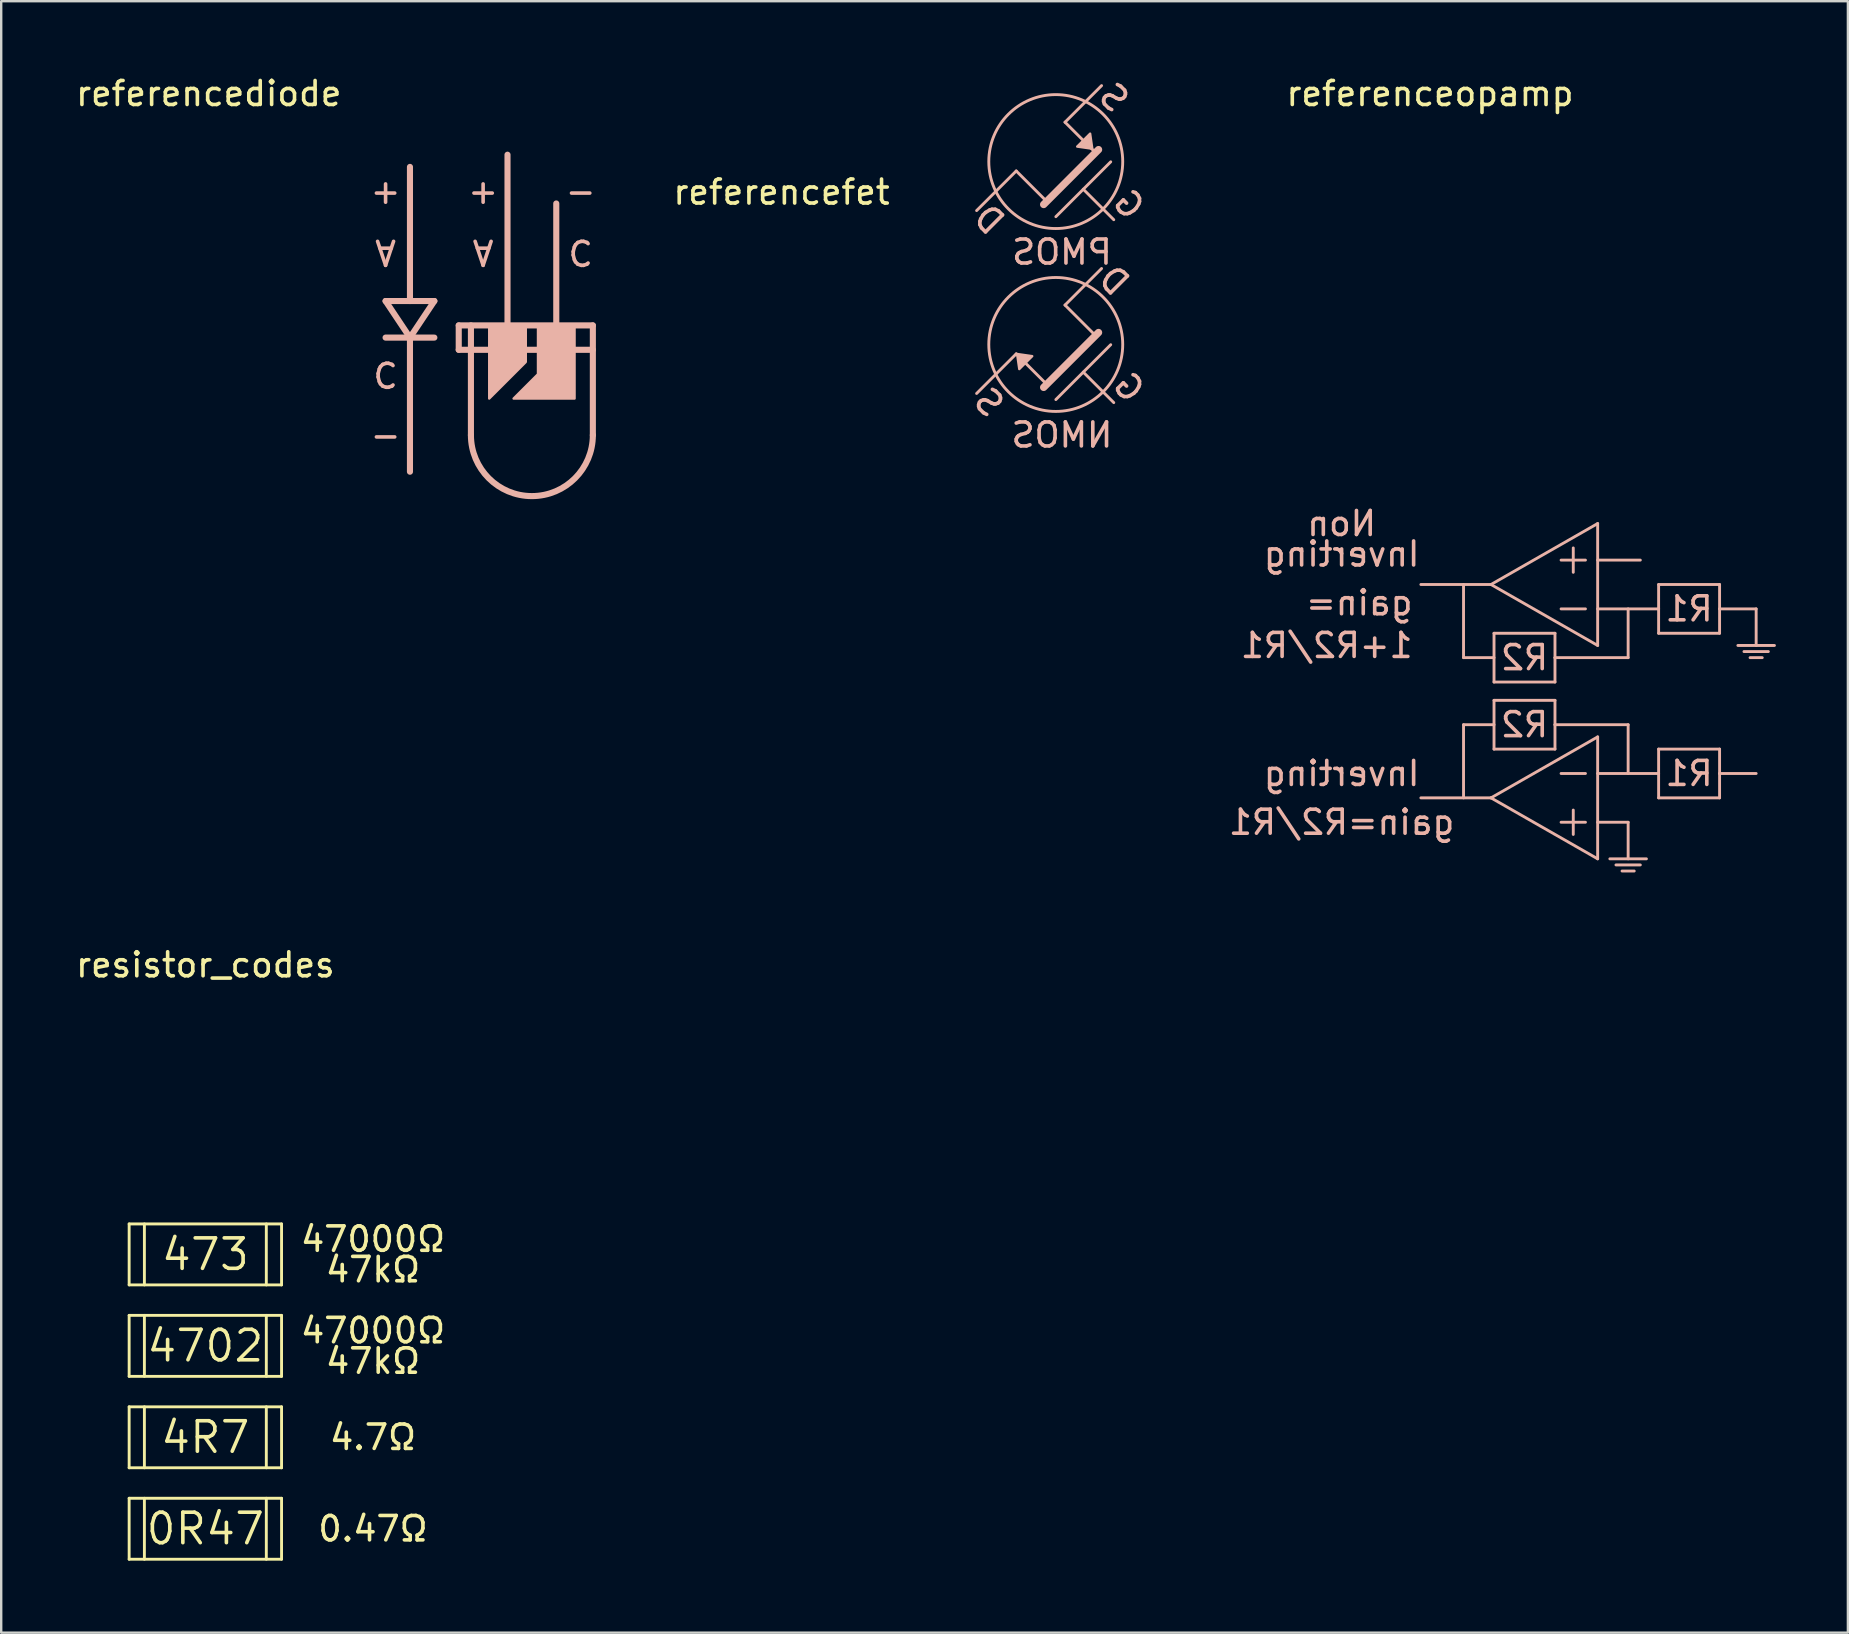
<source format=kicad_pcb>
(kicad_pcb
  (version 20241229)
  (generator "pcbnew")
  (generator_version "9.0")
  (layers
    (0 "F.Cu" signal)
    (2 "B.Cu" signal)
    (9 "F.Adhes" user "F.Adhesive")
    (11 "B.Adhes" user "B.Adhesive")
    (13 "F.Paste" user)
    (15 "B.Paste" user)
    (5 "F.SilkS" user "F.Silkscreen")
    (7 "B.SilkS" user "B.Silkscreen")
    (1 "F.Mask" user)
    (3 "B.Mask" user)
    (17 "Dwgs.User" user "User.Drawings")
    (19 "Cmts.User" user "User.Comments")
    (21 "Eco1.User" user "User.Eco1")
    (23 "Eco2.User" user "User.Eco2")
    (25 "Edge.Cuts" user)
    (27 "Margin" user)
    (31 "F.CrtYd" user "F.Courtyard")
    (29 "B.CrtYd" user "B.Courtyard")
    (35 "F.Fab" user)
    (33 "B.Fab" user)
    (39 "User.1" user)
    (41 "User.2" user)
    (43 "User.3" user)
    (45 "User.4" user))
  (footprint "referenceopamp"
    (layer "F.Cu")
    (at 56.531 25.748)
    (property "Reference" "referenceopamp" (at 0 -24.9 0) (layer "F.SilkS") (effects (font (size 1 1) (thickness 0.15))))
    (attr through_hole)
    (fp_line (start 1.397 -4.445) (end 1.397 -1.397) (stroke (width 0.12) (type solid)) (layer "B.SilkS"))
    (fp_line (start 1.397 1.397) (end 1.397 4.445) (stroke (width 0.12) (type solid)) (layer "B.SilkS"))
    (fp_line (start 2.54 -4.445) (end -0.381 -4.445) (stroke (width 0.12) (type solid)) (layer "B.SilkS"))
    (fp_line (start 2.54 -4.445) (end 6.985 -6.985) (stroke (width 0.12) (type solid)) (layer "B.SilkS"))
    (fp_line (start 2.54 4.445) (end -0.381 4.445) (stroke (width 0.12) (type solid)) (layer "B.SilkS"))
    (fp_line (start 2.54 4.445) (end 6.985 1.905) (stroke (width 0.12) (type solid)) (layer "B.SilkS"))
    (fp_line (start 2.667 -2.413) (end 2.667 -0.381) (stroke (width 0.12) (type solid)) (layer "B.SilkS"))
    (fp_line (start 2.667 -1.397) (end 1.397 -1.397) (stroke (width 0.12) (type solid)) (layer "B.SilkS"))
    (fp_line (start 2.667 -0.381) (end 5.207 -0.381) (stroke (width 0.12) (type solid)) (layer "B.SilkS"))
    (fp_line (start 2.667 0.381) (end 2.667 2.413) (stroke (width 0.12) (type solid)) (layer "B.SilkS"))
    (fp_line (start 2.667 1.397) (end 1.397 1.397) (stroke (width 0.12) (type solid)) (layer "B.SilkS"))
    (fp_line (start 2.667 2.413) (end 5.207 2.413) (stroke (width 0.12) (type solid)) (layer "B.SilkS"))
    (fp_line (start 5.207 -2.413) (end 2.667 -2.413) (stroke (width 0.12) (type solid)) (layer "B.SilkS"))
    (fp_line (start 5.207 -1.397) (end 5.207 -2.413) (stroke (width 0.12) (type solid)) (layer "B.SilkS"))
    (fp_line (start 5.207 -0.381) (end 5.207 -1.397) (stroke (width 0.12) (type solid)) (layer "B.SilkS"))
    (fp_line (start 5.207 0.381) (end 2.667 0.381) (stroke (width 0.12) (type solid)) (layer "B.SilkS"))
    (fp_line (start 5.207 1.397) (end 5.207 0.381) (stroke (width 0.12) (type solid)) (layer "B.SilkS"))
    (fp_line (start 5.207 2.413) (end 5.207 1.397) (stroke (width 0.12) (type solid)) (layer "B.SilkS"))
    (fp_line (start 5.969 -5.969) (end 5.969 -4.953) (stroke (width 0.12) (type solid)) (layer "B.SilkS"))
    (fp_line (start 5.969 4.953) (end 5.969 5.969) (stroke (width 0.12) (type solid)) (layer "B.SilkS"))
    (fp_line (start 6.477 -5.461) (end 5.461 -5.461) (stroke (width 0.12) (type solid)) (layer "B.SilkS"))
    (fp_line (start 6.477 -3.429) (end 5.461 -3.429) (stroke (width 0.12) (type solid)) (layer "B.SilkS"))
    (fp_line (start 6.477 3.429) (end 5.461 3.429) (stroke (width 0.12) (type solid)) (layer "B.SilkS"))
    (fp_line (start 6.477 5.461) (end 5.461 5.461) (stroke (width 0.12) (type solid)) (layer "B.SilkS"))
    (fp_line (start 6.985 -6.985) (end 6.985 -1.905) (stroke (width 0.12) (type solid)) (layer "B.SilkS"))
    (fp_line (start 6.985 -5.461) (end 8.763 -5.461) (stroke (width 0.12) (type solid)) (layer "B.SilkS"))
    (fp_line (start 6.985 -3.429) (end 9.525 -3.429) (stroke (width 0.12) (type solid)) (layer "B.SilkS"))
    (fp_line (start 6.985 -1.905) (end 2.54 -4.445) (stroke (width 0.12) (type solid)) (layer "B.SilkS"))
    (fp_line (start 6.985 1.905) (end 6.985 6.985) (stroke (width 0.12) (type solid)) (layer "B.SilkS"))
    (fp_line (start 6.985 3.429) (end 9.525 3.429) (stroke (width 0.12) (type solid)) (layer "B.SilkS"))
    (fp_line (start 6.985 5.461) (end 8.255 5.461) (stroke (width 0.12) (type solid)) (layer "B.SilkS"))
    (fp_line (start 6.985 6.985) (end 2.54 4.445) (stroke (width 0.12) (type solid)) (layer "B.SilkS"))
    (fp_line (start 8.255 -1.397) (end 5.207 -1.397) (stroke (width 0.12) (type solid)) (layer "B.SilkS"))
    (fp_line (start 8.255 -1.397) (end 8.255 -3.429) (stroke (width 0.12) (type solid)) (layer "B.SilkS"))
    (fp_line (start 8.255 1.397) (end 5.207 1.397) (stroke (width 0.12) (type solid)) (layer "B.SilkS"))
    (fp_line (start 8.255 3.429) (end 8.255 1.397) (stroke (width 0.12) (type solid)) (layer "B.SilkS"))
    (fp_line (start 8.255 5.461) (end 8.255 6.985) (stroke (width 0.12) (type solid)) (layer "B.SilkS"))
    (fp_line (start 8.509 7.493) (end 8.001 7.493) (stroke (width 0.12) (type solid)) (layer "B.SilkS"))
    (fp_line (start 8.763 7.239) (end 7.747 7.239) (stroke (width 0.12) (type solid)) (layer "B.SilkS"))
    (fp_line (start 9.017 6.985) (end 7.493 6.985) (stroke (width 0.12) (type solid)) (layer "B.SilkS"))
    (fp_line (start 9.525 -4.445) (end 9.525 -3.429) (stroke (width 0.12) (type solid)) (layer "B.SilkS"))
    (fp_line (start 9.525 -3.429) (end 9.525 -2.413) (stroke (width 0.12) (type solid)) (layer "B.SilkS"))
    (fp_line (start 9.525 -2.413) (end 12.065 -2.413) (stroke (width 0.12) (type solid)) (layer "B.SilkS"))
    (fp_line (start 9.525 2.413) (end 9.525 3.429) (stroke (width 0.12) (type solid)) (layer "B.SilkS"))
    (fp_line (start 9.525 3.429) (end 9.525 4.445) (stroke (width 0.12) (type solid)) (layer "B.SilkS"))
    (fp_line (start 9.525 4.445) (end 12.065 4.445) (stroke (width 0.12) (type solid)) (layer "B.SilkS"))
    (fp_line (start 12.065 -4.445) (end 9.525 -4.445) (stroke (width 0.12) (type solid)) (layer "B.SilkS"))
    (fp_line (start 12.065 -3.429) (end 12.065 -4.445) (stroke (width 0.12) (type solid)) (layer "B.SilkS"))
    (fp_line (start 12.065 -3.429) (end 13.589 -3.429) (stroke (width 0.12) (type solid)) (layer "B.SilkS"))
    (fp_line (start 12.065 -2.413) (end 12.065 -3.429) (stroke (width 0.12) (type solid)) (layer "B.SilkS"))
    (fp_line (start 12.065 2.413) (end 9.525 2.413) (stroke (width 0.12) (type solid)) (layer "B.SilkS"))
    (fp_line (start 12.065 3.429) (end 12.065 2.413) (stroke (width 0.12) (type solid)) (layer "B.SilkS"))
    (fp_line (start 12.065 3.429) (end 13.589 3.429) (stroke (width 0.12) (type solid)) (layer "B.SilkS"))
    (fp_line (start 12.065 4.445) (end 12.065 3.429) (stroke (width 0.12) (type solid)) (layer "B.SilkS"))
    (fp_line (start 13.589 -3.429) (end 13.589 -1.905) (stroke (width 0.12) (type solid)) (layer "B.SilkS"))
    (fp_line (start 13.843 -1.397) (end 13.335 -1.397) (stroke (width 0.12) (type solid)) (layer "B.SilkS"))
    (fp_line (start 14.097 -1.651) (end 13.081 -1.651) (stroke (width 0.12) (type solid)) (layer "B.SilkS"))
    (fp_line (start 14.351 -1.905) (end 12.827 -1.905) (stroke (width 0.12) (type solid)) (layer "B.SilkS"))
    (fp_text user "gain=R2/R1" (at -3.683 5.461 0) (unlocked yes) (layer "B.SilkS") (effects (font (size 1 1) (thickness 0.15)) (justify mirror)))
    (fp_text user "R1" (at 10.795 -3.429 0) (unlocked yes) (layer "B.SilkS") (effects (font (size 1 1) (thickness 0.15)) (justify mirror)))
    (fp_text user "R2" (at 3.937 1.397 0) (unlocked yes) (layer "B.SilkS") (effects (font (size 1 1) (thickness 0.15)) (justify mirror)))
    (fp_text user "R2" (at 3.937 -1.397 0) (unlocked yes) (layer "B.SilkS") (effects (font (size 1 1) (thickness 0.15)) (justify mirror)))
    (fp_text user "1+R2/R1" (at -0.635 -1.905 0) (unlocked yes) (layer "B.SilkS") (effects (font (size 1 1) (thickness 0.15)) (justify left mirror)))
    (fp_text user "gain=" (at -0.635 -3.683 0) (unlocked yes) (layer "B.SilkS") (effects (font (size 1 1) (thickness 0.15)) (justify left mirror)))
    (fp_text user "Non" (at -3.683 -6.985 0) (unlocked yes) (layer "B.SilkS") (effects (font (size 1 1) (thickness 0.15)) (justify mirror)))
    (fp_text user "R1" (at 10.795 3.429 0) (unlocked yes) (layer "B.SilkS") (effects (font (size 1 1) (thickness 0.15)) (justify mirror)))
    (fp_text user "Inverting" (at -3.683 -5.715 0) (unlocked yes) (layer "B.SilkS") (effects (font (size 1 1) (thickness 0.15)) (justify mirror)))
    (fp_text user "Inverting" (at -3.683 3.429 0) (unlocked yes) (layer "B.SilkS") (effects (font (size 1 1) (thickness 0.15)) (justify mirror))))
  (footprint "referencediode"
    (layer "F.Cu")
    (at 17.079 11.016)
    (property "Reference" "referencediode" (at -11.43 -10.168 0) (layer "F.SilkS") (effects (font (size 1 1) (thickness 0.15))))
    (attr through_hole)
    (fp_line (start -3.048 -7.112) (end -3.048 -1.524) (stroke (width 0.254) (type solid)) (layer "B.SilkS"))
    (fp_line (start -3.048 0) (end -4.064 -1.524) (stroke (width 0.254) (type solid)) (layer "B.SilkS"))
    (fp_line (start -3.048 0) (end -3.048 5.588) (stroke (width 0.254) (type solid)) (layer "B.SilkS"))
    (fp_line (start -3.048 0) (end -2.032 -1.524) (stroke (width 0.254) (type solid)) (layer "B.SilkS"))
    (fp_line (start -2.032 -1.524) (end -4.064 -1.524) (stroke (width 0.254) (type solid)) (layer "B.SilkS"))
    (fp_line (start -2.032 0) (end -4.064 0) (stroke (width 0.254) (type solid)) (layer "B.SilkS"))
    (fp_line (start -1.016 -0.508) (end -1.016 0.508) (stroke (width 0.254) (type solid)) (layer "B.SilkS"))
    (fp_line (start -1.016 0.508) (end 4.572 0.508) (stroke (width 0.254) (type solid)) (layer "B.SilkS"))
    (fp_line (start -0.508 -0.508) (end -0.508 0.508) (stroke (width 0.254) (type solid)) (layer "B.SilkS"))
    (fp_line (start -0.508 0.508) (end -0.508 4.064) (stroke (width 0.254) (type solid)) (layer "B.SilkS"))
    (fp_line (start 1.016 -0.508) (end 1.016 -7.62) (stroke (width 0.254) (type solid)) (layer "B.SilkS"))
    (fp_line (start 3.048 -0.508) (end 3.048 -5.588) (stroke (width 0.254) (type solid)) (layer "B.SilkS"))
    (fp_line (start 4.572 -0.508) (end -1.016 -0.508) (stroke (width 0.254) (type solid)) (layer "B.SilkS"))
    (fp_line (start 4.572 4.064) (end 4.572 -0.508) (stroke (width 0.254) (type solid)) (layer "B.SilkS"))
    (fp_arc (start 4.572 4.064) (mid 2.032 6.604) (end -0.508 4.064) (stroke (width 0.254) (type solid)) (layer "B.SilkS"))
    (fp_poly (pts (xy 1.778 1.016) (xy 1.778 -0.508) (xy 0.254 -0.508) (xy 0.254 2.54)) (stroke (width 0.1) (type solid)) (fill yes) (layer "B.SilkS"))
    (fp_poly (pts (xy 3.81 -0.508) (xy 2.286 -0.508) (xy 2.286 1.524) (xy 1.27 2.54) (xy 3.81 2.54)) (stroke (width 0.1) (type solid)) (fill yes) (layer "B.SilkS"))
    (fp_text user "-" (at -4.064 4.064 0) (unlocked yes) (layer "B.SilkS") (effects (font (size 1 1) (thickness 0.15)) (justify mirror)))
    (fp_text user "-" (at 4.064 -6.096 0) (unlocked yes) (layer "B.SilkS") (effects (font (size 1 1) (thickness 0.15)) (justify mirror)))
    (fp_text user "A" (at 0 -3.556 180) (unlocked yes) (layer "B.SilkS") (effects (font (size 1 1) (thickness 0.15)) (justify mirror)))
    (fp_text user "C" (at -4.064 1.524 180) (unlocked yes) (layer "B.SilkS") (effects (font (size 1 1) (thickness 0.15)) (justify mirror)))
    (fp_text user "C" (at 4.064 -3.556 180) (unlocked yes) (layer "B.SilkS") (effects (font (size 1 1) (thickness 0.15)) (justify mirror)))
    (fp_text user "A" (at -4.064 -3.556 180) (unlocked yes) (layer "B.SilkS") (effects (font (size 1 1) (thickness 0.15)) (justify mirror)))
    (fp_text user "+" (at 0 -6.096 0) (unlocked yes) (layer "B.SilkS") (effects (font (size 1 1) (thickness 0.15)) (justify mirror)))
    (fp_text user "+" (at -4.064 -6.096 0) (unlocked yes) (layer "B.SilkS") (effects (font (size 1 1) (thickness 0.15)) (justify mirror))))
  (footprint "referencefet"
    (layer "F.Cu")
    (at 40.942 15.122)
    (property "Reference" "referencefet" (at -11.43 -10.168 0) (layer "F.SilkS") (effects (font (size 1 1) (thickness 0.15))))
    (attr through_hole)
    (fp_line (start -3.302 -9.398) (end -1.651 -11.049) (stroke (width 0.12) (type solid)) (layer "B.SilkS"))
    (fp_line (start -3.302 -1.778) (end -1.651 -3.429) (stroke (width 0.12) (type solid)) (layer "B.SilkS"))
    (fp_line (start -0.381 -9.779) (end -1.651 -11.049) (stroke (width 0.12) (type solid)) (layer "B.SilkS"))
    (fp_line (start -0.381 -2.159) (end -1.651 -3.429) (stroke (width 0.12) (type solid)) (layer "B.SilkS"))
    (fp_line (start 0.381 -13.081) (end 1.905 -14.605) (stroke (width 0.12) (type solid)) (layer "B.SilkS"))
    (fp_line (start 0.381 -5.461) (end 1.905 -6.985) (stroke (width 0.12) (type solid)) (layer "B.SilkS"))
    (fp_line (start 1.651 -11.811) (end 0.381 -13.081) (stroke (width 0.12) (type solid)) (layer "B.SilkS"))
    (fp_line (start 1.651 -4.191) (end 0.381 -5.461) (stroke (width 0.12) (type solid)) (layer "B.SilkS"))
    (fp_line (start 1.778 -11.938) (end -0.508 -9.652) (stroke (width 0.305) (type solid)) (layer "B.SilkS"))
    (fp_line (start 1.778 -4.318) (end -0.508 -2.032) (stroke (width 0.305) (type solid)) (layer "B.SilkS"))
    (fp_line (start 2.286 -11.43) (end 0 -9.144) (stroke (width 0.12) (type solid)) (layer "B.SilkS"))
    (fp_line (start 2.286 -3.81) (end 0 -1.524) (stroke (width 0.12) (type solid)) (layer "B.SilkS"))
    (fp_line (start 2.413 -9.017) (end 1.143 -10.287) (stroke (width 0.12) (type solid)) (layer "B.SilkS"))
    (fp_line (start 2.413 -1.397) (end 1.143 -2.667) (stroke (width 0.12) (type solid)) (layer "B.SilkS"))
    (fp_circle (center -0.004 -11.44) (end -2.794 -11.43) (stroke (width 0.12) (type solid)) (fill no) (layer "B.SilkS"))
    (fp_circle (center -0.004 -3.82) (end -2.794 -3.81) (stroke (width 0.12) (type solid)) (fill no) (layer "B.SilkS"))
    (fp_poly (pts (xy -0.985 -3.333) (xy -1.614 -3.423) (xy -1.524 -2.794)) (stroke (width 0.1) (type solid)) (fill yes) (layer "B.SilkS"))
    (fp_poly (pts (xy 0.889 -12.065) (xy 1.518 -11.975) (xy 1.428 -12.604)) (stroke (width 0.1) (type solid)) (fill yes) (layer "B.SilkS"))
    (fp_text user "NMOS" (at 0.254 -0.048 0) (unlocked yes) (layer "B.SilkS") (effects (font (size 1 1) (thickness 0.15)) (justify mirror)))
    (fp_text user "PMOS" (at 0.254 -7.668 0) (unlocked yes) (layer "B.SilkS") (effects (font (size 1 1) (thickness 0.15)) (justify mirror)))
    (fp_text user "G" (at 3.049 -9.643 315) (unlocked yes) (layer "B.SilkS") (effects (font (size 1 1) (thickness 0.15)) (justify mirror)))
    (fp_text user "G" (at 3.049 -2.023 315) (unlocked yes) (layer "B.SilkS") (effects (font (size 1 1) (thickness 0.15)) (justify mirror)))
    (fp_text user "S" (at -2.794 -1.397 315) (unlocked yes) (layer "B.SilkS") (effects (font (size 1 1) (thickness 0.15)) (justify mirror)))
    (fp_text user "S" (at 2.413 -14.097 315) (unlocked yes) (layer "B.SilkS") (effects (font (size 1 1) (thickness 0.15)) (justify mirror)))
    (fp_text user "D" (at 2.413 -6.477 315) (unlocked yes) (layer "B.SilkS") (effects (font (size 1 1) (thickness 0.15)) (justify mirror)))
    (fp_text user "D" (at -2.794 -9.017 315) (unlocked yes) (layer "B.SilkS") (effects (font (size 1 1) (thickness 0.15)) (justify mirror))))
  (footprint "resistor_codes"
    (layer "F.Cu")
    (at 5.506 44.77)
    (property "Reference" "resistor_codes" (at 0 -7.62 0) (layer "F.SilkS") (effects (font (size 1 1) (thickness 0.15))))
    (attr through_hole)
    (fp_line (start -3.175 3.175) (end -3.175 5.715) (stroke (width 0.12) (type solid)) (layer "F.SilkS"))
    (fp_line (start -3.175 3.175) (end 3.175 3.175) (stroke (width 0.12) (type solid)) (layer "F.SilkS"))
    (fp_line (start -3.175 5.715) (end 3.175 5.715) (stroke (width 0.12) (type solid)) (layer "F.SilkS"))
    (fp_line (start -3.175 6.985) (end -3.175 9.525) (stroke (width 0.12) (type solid)) (layer "F.SilkS"))
    (fp_line (start -3.175 6.985) (end 3.175 6.985) (stroke (width 0.12) (type solid)) (layer "F.SilkS"))
    (fp_line (start -3.175 9.525) (end 3.175 9.525) (stroke (width 0.12) (type solid)) (layer "F.SilkS"))
    (fp_line (start -3.175 10.795) (end -3.175 13.335) (stroke (width 0.12) (type solid)) (layer "F.SilkS"))
    (fp_line (start -3.175 10.795) (end 3.175 10.795) (stroke (width 0.12) (type solid)) (layer "F.SilkS"))
    (fp_line (start -3.175 13.335) (end 3.175 13.335) (stroke (width 0.12) (type solid)) (layer "F.SilkS"))
    (fp_line (start -3.175 14.605) (end -3.175 17.145) (stroke (width 0.12) (type solid)) (layer "F.SilkS"))
    (fp_line (start -3.175 14.605) (end 3.175 14.605) (stroke (width 0.12) (type solid)) (layer "F.SilkS"))
    (fp_line (start -3.175 17.145) (end 3.175 17.145) (stroke (width 0.12) (type solid)) (layer "F.SilkS"))
    (fp_line (start -2.54 3.175) (end -2.54 5.715) (stroke (width 0.12) (type solid)) (layer "F.SilkS"))
    (fp_line (start -2.54 6.985) (end -2.54 9.525) (stroke (width 0.12) (type solid)) (layer "F.SilkS"))
    (fp_line (start -2.54 10.795) (end -2.54 13.335) (stroke (width 0.12) (type solid)) (layer "F.SilkS"))
    (fp_line (start -2.54 14.605) (end -2.54 17.145) (stroke (width 0.12) (type solid)) (layer "F.SilkS"))
    (fp_line (start 2.54 3.175) (end 2.54 5.715) (stroke (width 0.12) (type solid)) (layer "F.SilkS"))
    (fp_line (start 2.54 6.985) (end 2.54 9.525) (stroke (width 0.12) (type solid)) (layer "F.SilkS"))
    (fp_line (start 2.54 10.795) (end 2.54 13.335) (stroke (width 0.12) (type solid)) (layer "F.SilkS"))
    (fp_line (start 2.54 14.605) (end 2.54 17.145) (stroke (width 0.12) (type solid)) (layer "F.SilkS"))
    (fp_line (start 3.175 3.175) (end 3.175 5.715) (stroke (width 0.12) (type solid)) (layer "F.SilkS"))
    (fp_line (start 3.175 6.985) (end 3.175 9.525) (stroke (width 0.12) (type solid)) (layer "F.SilkS"))
    (fp_line (start 3.175 10.795) (end 3.175 13.335) (stroke (width 0.12) (type solid)) (layer "F.SilkS"))
    (fp_line (start 3.175 14.605) (end 3.175 17.145) (stroke (width 0.12) (type solid)) (layer "F.SilkS"))
    (fp_text user "4R7" (at 0 12.065 0) (layer "F.SilkS") (effects (font (size 1.27 1.27) (thickness 0.15))))
    (fp_text user "4702" (at 0 8.255 0) (layer "F.SilkS") (effects (font (size 1.27 1.27) (thickness 0.15))))
    (fp_text user "473" (at 0 4.445 0) (layer "F.SilkS") (effects (font (size 1.27 1.27) (thickness 0.15))))
    (fp_text user "47kΩ" (at 6.985 8.89 0) (layer "F.SilkS") (effects (font (size 1.016 1.016) (thickness 0.15))))
    (fp_text user "47000Ω" (at 6.985 3.81 0) (layer "F.SilkS") (effects (font (size 1.016 1.016) (thickness 0.15))))
    (fp_text user "0R47" (at 0 15.875 0) (layer "F.SilkS") (effects (font (size 1.27 1.27) (thickness 0.15))))
    (fp_text user "0.47Ω" (at 6.985 15.875 0) (layer "F.SilkS") (effects (font (size 1.016 1.016) (thickness 0.15))))
    (fp_text user "4.7Ω" (at 6.985 12.065 0) (layer "F.SilkS") (effects (font (size 1.016 1.016) (thickness 0.15))))
    (fp_text user "47kΩ" (at 6.985 5.08 0) (layer "F.SilkS") (effects (font (size 1.016 1.016) (thickness 0.15))))
    (fp_text user "47000Ω" (at 6.985 7.62 0) (layer "F.SilkS") (effects (font (size 1.016 1.016) (thickness 0.15)))))
  (gr_rect
    (start -3 -3)
    (end 73.942 64.975)
    (stroke (width 0.1) (type default))
    (fill no)
    (layer "Edge.Cuts")))
</source>
